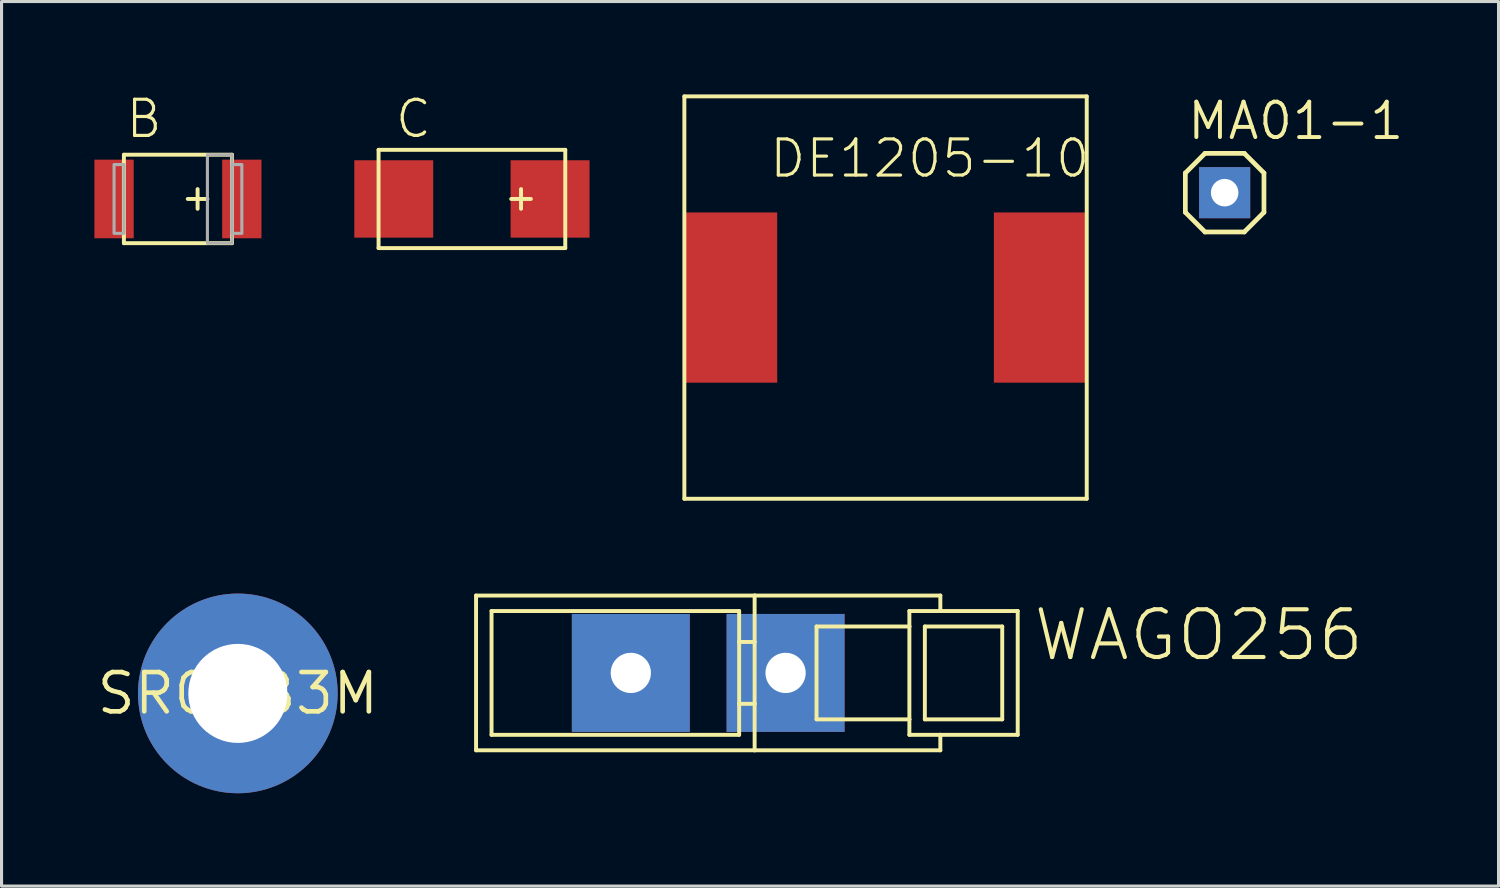
<source format=kicad_pcb>
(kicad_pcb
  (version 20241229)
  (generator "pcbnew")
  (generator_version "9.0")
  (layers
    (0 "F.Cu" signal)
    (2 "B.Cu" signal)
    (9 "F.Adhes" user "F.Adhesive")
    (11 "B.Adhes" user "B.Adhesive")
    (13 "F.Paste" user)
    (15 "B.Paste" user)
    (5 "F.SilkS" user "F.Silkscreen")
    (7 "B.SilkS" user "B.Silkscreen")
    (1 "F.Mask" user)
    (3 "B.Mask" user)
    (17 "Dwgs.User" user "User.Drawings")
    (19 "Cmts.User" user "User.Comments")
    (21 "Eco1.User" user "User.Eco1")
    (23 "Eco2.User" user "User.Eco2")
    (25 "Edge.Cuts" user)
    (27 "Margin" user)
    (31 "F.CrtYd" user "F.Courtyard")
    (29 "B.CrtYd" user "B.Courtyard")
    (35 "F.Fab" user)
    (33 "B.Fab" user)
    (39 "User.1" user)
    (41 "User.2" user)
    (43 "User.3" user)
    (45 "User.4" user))
  (footprint "C"
    (layer "F.Cu")
    (at 12.197 3.378)
    (property "Reference" "C" (at -2.54 -1.905 0) (layer "F.SilkS") (effects (font (size 1.168 1.168) (thickness 0.102)) (justify left bottom)))
    (fp_line (start -3.016 -1.587) (end 3.016 -1.587) (stroke (width 0.127) (type solid)) (layer "F.SilkS"))
    (fp_line (start -3.016 1.587) (end -3.016 -1.587) (stroke (width 0.127) (type solid)) (layer "F.SilkS"))
    (fp_line (start 1.27 0) (end 1.905 0) (stroke (width 0.127) (type solid)) (layer "F.SilkS"))
    (fp_line (start 1.587 0.318) (end 1.587 -0.318) (stroke (width 0.127) (type solid)) (layer "F.SilkS"))
    (fp_line (start 3.016 -1.587) (end 3.016 1.587) (stroke (width 0.127) (type solid)) (layer "F.SilkS"))
    (fp_line (start 3.016 1.587) (end -3.016 1.587) (stroke (width 0.127) (type solid)) (layer "F.SilkS"))
    (pad "+" smd rect (at 2.525 0) (size 2.55 2.5) (layers "F.Cu" "F.Mask" "F.Paste"))
    (pad "-" smd rect (at -2.525 0) (size 2.55 2.5) (layers "F.Cu" "F.Mask" "F.Paste")))
  (footprint "SROUB3M"
    (layer "F.Cu")
    (at 4.634 19.353)
    (property "Reference" "SROUB3M" (at 0 0 0) (layer "F.SilkS") (effects (font (size 1.27 1.27) (thickness 0.15))))
    (pad "P$1" thru_hole circle (at 0 0) (size 6.452 6.452) (drill 3.2) (layers "*.Cu" "*.Mask")))
  (footprint "B"
    (layer "F.Cu")
    (at 2.54 3.378)
    (property "Reference" "B" (at -1.587 -1.905 0) (layer "F.SilkS") (effects (font (size 1.168 1.168) (thickness 0.102)) (justify left bottom)))
    (fp_line (start -1.587 -1.429) (end 1.905 -1.429) (stroke (width 0.127) (type solid)) (layer "F.SilkS"))
    (fp_line (start -1.587 1.429) (end -1.587 -1.429) (stroke (width 0.127) (type solid)) (layer "F.SilkS"))
    (fp_line (start 0.476 0) (end 1.111 0) (stroke (width 0.127) (type solid)) (layer "F.SilkS"))
    (fp_line (start 0.794 0.318) (end 0.794 -0.318) (stroke (width 0.127) (type solid)) (layer "F.SilkS"))
    (fp_line (start 1.905 -1.429) (end 1.905 1.429) (stroke (width 0.127) (type solid)) (layer "F.SilkS"))
    (fp_line (start 1.905 1.429) (end -1.587 1.429) (stroke (width 0.127) (type solid)) (layer "F.SilkS"))
    (fp_poly (pts (xy -1.905 1.111) (xy -1.587 1.111) (xy -1.587 -1.111) (xy -1.905 -1.111)) (stroke (width 0.1) (type solid)) (fill no) (layer "F.Fab"))
    (fp_poly (pts (xy 1.111 1.429) (xy 1.905 1.429) (xy 1.905 -1.429) (xy 1.111 -1.429)) (stroke (width 0.1) (type solid)) (fill no) (layer "F.Fab"))
    (fp_poly (pts (xy 1.905 1.111) (xy 2.223 1.111) (xy 2.223 -1.111) (xy 1.905 -1.111)) (stroke (width 0.1) (type solid)) (fill no) (layer "F.Fab"))
    (pad "+" smd rect (at 2.223 0 90) (size 2.54 1.27) (layers "F.Cu" "F.Mask" "F.Paste"))
    (pad "-" smd rect (at -1.905 0 90) (size 2.54 1.27) (layers "F.Cu" "F.Mask" "F.Paste")))
  (footprint "WAGO256"
    (layer "F.Cu")
    (at 19.791 18.691)
    (property "Reference" "WAGO256" (at 10.477 -0.318 0) (layer "F.SilkS") (effects (font (size 1.542 1.542) (thickness 0.134)) (justify left bottom)))
    (fp_line (start -7.46 -2.5) (end 1.54 -2.5) (stroke (width 0.127) (type solid)) (layer "F.SilkS"))
    (fp_line (start -7.46 2.5) (end -7.46 -2.5) (stroke (width 0.127) (type solid)) (layer "F.SilkS"))
    (fp_line (start -6.96 -2) (end 1.04 -2) (stroke (width 0.127) (type solid)) (layer "F.SilkS"))
    (fp_line (start -6.96 2) (end -6.96 -2) (stroke (width 0.127) (type solid)) (layer "F.SilkS"))
    (fp_line (start 1.04 -2) (end 1.04 -1) (stroke (width 0.127) (type solid)) (layer "F.SilkS"))
    (fp_line (start 1.04 -1) (end 1.04 1) (stroke (width 0.127) (type solid)) (layer "F.SilkS"))
    (fp_line (start 1.04 -1) (end 1.54 -1) (stroke (width 0.127) (type solid)) (layer "F.SilkS"))
    (fp_line (start 1.04 1) (end 1.04 2) (stroke (width 0.127) (type solid)) (layer "F.SilkS"))
    (fp_line (start 1.04 1) (end 1.54 1) (stroke (width 0.127) (type solid)) (layer "F.SilkS"))
    (fp_line (start 1.04 2) (end -6.96 2) (stroke (width 0.127) (type solid)) (layer "F.SilkS"))
    (fp_line (start 1.54 -2.5) (end 7.54 -2.5) (stroke (width 0.127) (type solid)) (layer "F.SilkS"))
    (fp_line (start 1.54 -1) (end 1.54 -2.5) (stroke (width 0.127) (type solid)) (layer "F.SilkS"))
    (fp_line (start 1.54 1) (end 1.54 -1) (stroke (width 0.127) (type solid)) (layer "F.SilkS"))
    (fp_line (start 1.54 2.5) (end -7.46 2.5) (stroke (width 0.127) (type solid)) (layer "F.SilkS"))
    (fp_line (start 1.54 2.5) (end 1.54 1) (stroke (width 0.127) (type solid)) (layer "F.SilkS"))
    (fp_line (start 1.54 2.5) (end 7.54 2.5) (stroke (width 0.127) (type solid)) (layer "F.SilkS"))
    (fp_line (start 3.54 -1.5) (end 6.54 -1.5) (stroke (width 0.127) (type solid)) (layer "F.SilkS"))
    (fp_line (start 3.54 1.5) (end 3.54 -1.5) (stroke (width 0.127) (type solid)) (layer "F.SilkS"))
    (fp_line (start 6.54 -2) (end 7.54 -2) (stroke (width 0.127) (type solid)) (layer "F.SilkS"))
    (fp_line (start 6.54 -1.5) (end 6.54 -2) (stroke (width 0.127) (type solid)) (layer "F.SilkS"))
    (fp_line (start 6.54 1.5) (end 3.54 1.5) (stroke (width 0.127) (type solid)) (layer "F.SilkS"))
    (fp_line (start 6.54 1.5) (end 6.54 -1.5) (stroke (width 0.127) (type solid)) (layer "F.SilkS"))
    (fp_line (start 6.54 2) (end 6.54 1.5) (stroke (width 0.127) (type solid)) (layer "F.SilkS"))
    (fp_line (start 7.04 -1.5) (end 9.54 -1.5) (stroke (width 0.127) (type solid)) (layer "F.SilkS"))
    (fp_line (start 7.04 1.5) (end 7.04 -1.5) (stroke (width 0.127) (type solid)) (layer "F.SilkS"))
    (fp_line (start 7.54 -2) (end 7.54 -2.5) (stroke (width 0.127) (type solid)) (layer "F.SilkS"))
    (fp_line (start 7.54 -2) (end 10.04 -2) (stroke (width 0.127) (type solid)) (layer "F.SilkS"))
    (fp_line (start 7.54 2) (end 6.54 2) (stroke (width 0.127) (type solid)) (layer "F.SilkS"))
    (fp_line (start 7.54 2.5) (end 7.54 2) (stroke (width 0.127) (type solid)) (layer "F.SilkS"))
    (fp_line (start 9.54 -1.5) (end 9.54 1.5) (stroke (width 0.127) (type solid)) (layer "F.SilkS"))
    (fp_line (start 9.54 1.5) (end 7.04 1.5) (stroke (width 0.127) (type solid)) (layer "F.SilkS"))
    (fp_line (start 10.04 -2) (end 10.04 2) (stroke (width 0.127) (type solid)) (layer "F.SilkS"))
    (fp_line (start 10.04 2) (end 7.54 2) (stroke (width 0.127) (type solid)) (layer "F.SilkS"))
    (pad "1" thru_hole rect (at 2.54 0) (size 3.81 3.81) (drill 1.3) (layers "*.Cu" "*.Mask"))
    (pad "A1" thru_hole rect (at -2.46 0) (size 3.81 3.81) (drill 1.3) (layers "*.Cu" "*.Mask")))
  (footprint "MA01-1"
    (layer "F.Cu")
    (at 36.517 3.175)
    (property "Reference" "MA01-1" (at -1.27 -1.651 0) (layer "F.SilkS") (effects (font (size 1.143 1.143) (thickness 0.127)) (justify left bottom)))
    (fp_line (start -1.27 -0.635) (end -1.27 0.635) (stroke (width 0.152) (type solid)) (layer "F.SilkS"))
    (fp_line (start -1.27 0.635) (end -0.635 1.27) (stroke (width 0.152) (type solid)) (layer "F.SilkS"))
    (fp_line (start -0.635 -1.27) (end -1.27 -0.635) (stroke (width 0.152) (type solid)) (layer "F.SilkS"))
    (fp_line (start -0.635 -1.27) (end 0.635 -1.27) (stroke (width 0.152) (type solid)) (layer "F.SilkS"))
    (fp_line (start 0.635 -1.27) (end 1.27 -0.635) (stroke (width 0.152) (type solid)) (layer "F.SilkS"))
    (fp_line (start 0.635 1.27) (end -0.635 1.27) (stroke (width 0.152) (type solid)) (layer "F.SilkS"))
    (fp_line (start 1.27 -0.635) (end 1.27 0.635) (stroke (width 0.152) (type solid)) (layer "F.SilkS"))
    (fp_line (start 1.27 0.635) (end 0.635 1.27) (stroke (width 0.152) (type solid)) (layer "F.SilkS"))
    (fp_poly (pts (xy -0.254 0.254) (xy 0.254 0.254) (xy 0.254 -0.254) (xy -0.254 -0.254)) (stroke (width 0.1) (type solid)) (fill no) (layer "F.Fab"))
    (pad "1" thru_hole rect (at 0 0 90) (size 1.651 1.651) (drill 0.889) (layers "*.Cu" "*.Mask")))
  (footprint "DE1205-10"
    (layer "F.Cu")
    (at 25.561 6.564)
    (property "Reference" "DE1205-10" (at -3.81 -3.81 0) (layer "F.SilkS") (effects (font (size 1.168 1.168) (thickness 0.102)) (justify left bottom)))
    (fp_line (start -6.5 -6.5) (end -6.5 6.5) (stroke (width 0.127) (type solid)) (layer "F.SilkS"))
    (fp_line (start -6.5 6.5) (end 6.5 6.5) (stroke (width 0.127) (type solid)) (layer "F.SilkS"))
    (fp_line (start 6.5 -6.5) (end -6.5 -6.5) (stroke (width 0.127) (type solid)) (layer "F.SilkS"))
    (fp_line (start 6.5 6.5) (end 6.5 -6.5) (stroke (width 0.127) (type solid)) (layer "F.SilkS"))
    (pad "P$1" smd rect (at -5 0 90) (size 5.5 3) (layers "F.Cu" "F.Mask" "F.Paste"))
    (pad "P$2" smd rect (at 5 0 90) (size 5.5 3) (layers "F.Cu" "F.Mask" "F.Paste")))
  (gr_rect
    (start -3 -3)
    (end 45.366 25.579)
    (stroke (width 0.1) (type default))
    (fill no)
    (layer "Edge.Cuts")))
</source>
